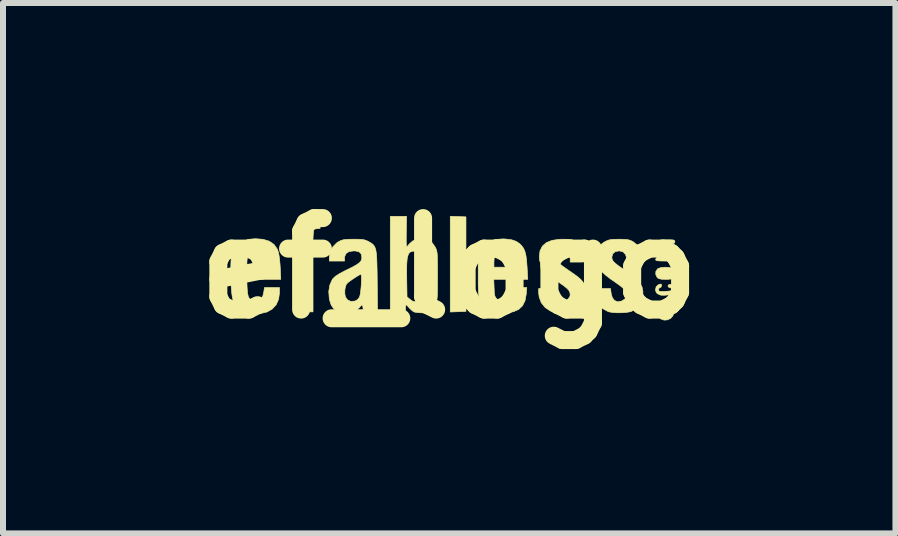
<source format=kicad_pcb>
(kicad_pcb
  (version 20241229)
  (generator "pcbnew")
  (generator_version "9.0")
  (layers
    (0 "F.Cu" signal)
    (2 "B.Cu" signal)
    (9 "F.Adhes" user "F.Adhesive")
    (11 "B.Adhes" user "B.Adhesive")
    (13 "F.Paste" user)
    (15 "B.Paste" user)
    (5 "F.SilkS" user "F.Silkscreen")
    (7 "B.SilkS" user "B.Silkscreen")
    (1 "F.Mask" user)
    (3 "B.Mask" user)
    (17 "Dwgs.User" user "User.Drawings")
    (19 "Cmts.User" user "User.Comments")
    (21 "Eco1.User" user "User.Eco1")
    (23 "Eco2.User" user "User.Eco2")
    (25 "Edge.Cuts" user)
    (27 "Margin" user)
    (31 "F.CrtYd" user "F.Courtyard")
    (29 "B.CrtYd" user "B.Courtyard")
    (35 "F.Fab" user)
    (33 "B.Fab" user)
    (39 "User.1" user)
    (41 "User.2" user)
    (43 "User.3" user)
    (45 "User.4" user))
  (footprint "ef_logo"
    (layer "F.Cu")
    (at 4.434 1.418)
    (property "Reference" "ef_logo" (at 0 0 0) (layer "F.SilkS") (effects (font (size 1.524 1.524) (thickness 0.3))))
    (attr exclude_from_pos_files exclude_from_bom)
    (fp_poly (pts (xy 0.148 -0.86) (xy 0.279 -0.855) (xy 0.279 0.72) (xy 0.148 0.725) (xy 0.017 0.73) (xy 0.017 -0.865) (xy 0.148 -0.86)) (stroke (width 0.01) (type solid)) (fill yes) (layer "F.SilkS"))
    (fp_poly (pts (xy 3.678 0.615) (xy 3.72 0.657) (xy 3.741 0.714) (xy 3.742 0.733) (xy 3.728 0.791) (xy 3.69 0.835) (xy 3.637 0.861) (xy 3.579 0.865) (xy 3.524 0.845) (xy 3.505 0.83) (xy 3.477 0.78) (xy 3.471 0.719) (xy 3.488 0.66) (xy 3.511 0.629) (xy 3.565 0.598) (xy 3.623 0.595) (xy 3.678 0.615)) (stroke (width 0.01) (type solid)) (fill yes) (layer "F.SilkS"))
    (fp_poly (pts (xy 3.653 -0.014) (xy 3.713 -0.001) (xy 3.716 -0.000419) (xy 3.745 0.017) (xy 3.757 0.046) (xy 3.759 0.081) (xy 3.755 0.131) (xy 3.737 0.163) (xy 3.7 0.18) (xy 3.639 0.186) (xy 3.606 0.186) (xy 3.539 0.184) (xy 3.496 0.175) (xy 3.469 0.159) (xy 3.465 0.155) (xy 3.441 0.107) (xy 3.442 0.056) (xy 3.469 0.014) (xy 3.475 0.009) (xy 3.52 -0.008) (xy 3.585 -0.016) (xy 3.653 -0.014)) (stroke (width 0.01) (type solid)) (fill yes) (layer "F.SilkS"))
    (fp_poly (pts (xy 3.533 0.266) (xy 3.539 0.288) (xy 3.528 0.316) (xy 3.514 0.322) (xy 3.493 0.336) (xy 3.488 0.356) (xy 3.491 0.375) (xy 3.504 0.384) (xy 3.535 0.388) (xy 3.592 0.386) (xy 3.603 0.386) (xy 3.666 0.381) (xy 3.702 0.374) (xy 3.716 0.361) (xy 3.717 0.356) (xy 3.702 0.334) (xy 3.678 0.325) (xy 3.648 0.311) (xy 3.645 0.291) (xy 3.663 0.271) (xy 3.697 0.271) (xy 3.735 0.289) (xy 3.738 0.292) (xy 3.755 0.324) (xy 3.758 0.37) (xy 3.745 0.41) (xy 3.736 0.422) (xy 3.703 0.435) (xy 3.65 0.445) (xy 3.59 0.451) (xy 3.536 0.45) (xy 3.514 0.446) (xy 3.463 0.422) (xy 3.44 0.382) (xy 3.437 0.356) (xy 3.448 0.308) (xy 3.483 0.277) (xy 3.509 0.266) (xy 3.533 0.266)) (stroke (width 0.01) (type solid)) (fill yes) (layer "F.SilkS"))
    (fp_poly (pts (xy -2.151 -0.663) (xy -2.206 -0.657) (xy -2.237 -0.653) (xy -2.254 -0.641) (xy -2.261 -0.614) (xy -2.265 -0.562) (xy -2.266 -0.555) (xy -2.271 -0.457) (xy -2.151 -0.457) (xy -2.151 -0.271) (xy -2.269 -0.271) (xy -2.269 0.728) (xy -2.393 0.728) (xy -2.455 0.727) (xy -2.503 0.723) (xy -2.528 0.718) (xy -2.529 0.717) (xy -2.532 0.698) (xy -2.534 0.649) (xy -2.536 0.575) (xy -2.538 0.48) (xy -2.539 0.369) (xy -2.54 0.246) (xy -2.54 0.217) (xy -2.54 -0.271) (xy -2.591 -0.271) (xy -2.62 -0.272) (xy -2.635 -0.283) (xy -2.641 -0.31) (xy -2.642 -0.363) (xy -2.642 -0.364) (xy -2.641 -0.417) (xy -2.635 -0.445) (xy -2.62 -0.456) (xy -2.593 -0.457) (xy -2.569 -0.458) (xy -2.554 -0.467) (xy -2.545 -0.49) (xy -2.539 -0.534) (xy -2.534 -0.587) (xy -2.519 -0.689) (xy -2.491 -0.763) (xy -2.446 -0.812) (xy -2.379 -0.843) (xy -2.286 -0.858) (xy -2.269 -0.86) (xy -2.151 -0.868) (xy -2.151 -0.663)) (stroke (width 0.01) (type solid)) (fill yes) (layer "F.SilkS"))
    (fp_poly (pts (xy -3.101 -0.481) (xy -2.997 -0.449) (xy -2.919 -0.395) (xy -2.865 -0.319) (xy -2.847 -0.271) (xy -2.837 -0.223) (xy -2.827 -0.153) (xy -2.819 -0.069) (xy -2.815 -0.006) (xy -2.806 0.186) (xy -3.373 0.186) (xy -3.367 0.328) (xy -3.36 0.419) (xy -3.345 0.48) (xy -3.319 0.518) (xy -3.278 0.537) (xy -3.224 0.542) (xy -3.167 0.534) (xy -3.128 0.507) (xy -3.103 0.456) (xy -3.089 0.394) (xy -3.078 0.322) (xy -2.828 0.322) (xy -2.828 0.411) (xy -2.843 0.52) (xy -2.884 0.611) (xy -2.95 0.682) (xy -3.037 0.73) (xy -3.144 0.755) (xy -3.267 0.754) (xy -3.33 0.744) (xy -3.437 0.711) (xy -3.519 0.655) (xy -3.58 0.575) (xy -3.601 0.533) (xy -3.613 0.487) (xy -3.623 0.415) (xy -3.631 0.324) (xy -3.637 0.22) (xy -3.64 0.112) (xy -3.64 0.007) (xy -3.637 -0.089) (xy -3.636 -0.108) (xy -3.37 -0.108) (xy -3.37 -0.017) (xy -3.082 -0.017) (xy -3.082 -0.108) (xy -3.091 -0.192) (xy -3.118 -0.248) (xy -3.166 -0.28) (xy -3.226 -0.288) (xy -3.293 -0.277) (xy -3.338 -0.242) (xy -3.363 -0.182) (xy -3.37 -0.108) (xy -3.636 -0.108) (xy -3.631 -0.168) (xy -3.625 -0.206) (xy -3.588 -0.31) (xy -3.527 -0.391) (xy -3.441 -0.449) (xy -3.334 -0.482) (xy -3.23 -0.491) (xy -3.101 -0.481)) (stroke (width 0.01) (type solid)) (fill yes) (layer "F.SilkS"))
    (fp_poly (pts (xy 3.696 -0.473) (xy 3.735 -0.47) (xy 3.753 -0.462) (xy 3.759 -0.447) (xy 3.759 -0.44) (xy 3.756 -0.423) (xy 3.743 -0.413) (xy 3.713 -0.408) (xy 3.659 -0.407) (xy 3.624 -0.406) (xy 3.557 -0.406) (xy 3.516 -0.403) (xy 3.496 -0.396) (xy 3.489 -0.382) (xy 3.488 -0.364) (xy 3.49 -0.343) (xy 3.499 -0.33) (xy 3.522 -0.324) (xy 3.567 -0.322) (xy 3.624 -0.322) (xy 3.691 -0.321) (xy 3.732 -0.318) (xy 3.752 -0.31) (xy 3.759 -0.297) (xy 3.759 -0.287) (xy 3.757 -0.269) (xy 3.745 -0.259) (xy 3.716 -0.255) (xy 3.664 -0.255) (xy 3.628 -0.256) (xy 3.562 -0.257) (xy 3.523 -0.255) (xy 3.504 -0.248) (xy 3.497 -0.234) (xy 3.497 -0.219) (xy 3.499 -0.198) (xy 3.509 -0.185) (xy 3.535 -0.179) (xy 3.583 -0.175) (xy 3.628 -0.173) (xy 3.697 -0.169) (xy 3.738 -0.162) (xy 3.757 -0.151) (xy 3.759 -0.143) (xy 3.753 -0.131) (xy 3.73 -0.124) (xy 3.686 -0.12) (xy 3.614 -0.119) (xy 3.598 -0.119) (xy 3.521 -0.12) (xy 3.472 -0.123) (xy 3.446 -0.13) (xy 3.438 -0.141) (xy 3.437 -0.143) (xy 3.449 -0.168) (xy 3.457 -0.173) (xy 3.466 -0.187) (xy 3.453 -0.217) (xy 3.438 -0.251) (xy 3.447 -0.283) (xy 3.452 -0.29) (xy 3.465 -0.325) (xy 3.456 -0.344) (xy 3.439 -0.381) (xy 3.444 -0.424) (xy 3.468 -0.455) (xy 3.47 -0.457) (xy 3.503 -0.465) (xy 3.558 -0.471) (xy 3.624 -0.474) (xy 3.631 -0.474) (xy 3.696 -0.473)) (stroke (width 0.01) (type solid)) (fill yes) (layer "F.SilkS"))
    (fp_poly (pts (xy 0.942 -0.486) (xy 1.041 -0.473) (xy 1.116 -0.447) (xy 1.176 -0.406) (xy 1.208 -0.373) (xy 1.239 -0.33) (xy 1.261 -0.279) (xy 1.277 -0.216) (xy 1.289 -0.132) (xy 1.297 -0.021) (xy 1.298 -0.004) (xy 1.309 0.186) (xy 0.742 0.186) (xy 0.748 0.332) (xy 0.751 0.403) (xy 0.757 0.45) (xy 0.768 0.481) (xy 0.785 0.503) (xy 0.801 0.518) (xy 0.86 0.551) (xy 0.918 0.554) (xy 0.968 0.528) (xy 1.007 0.477) (xy 1.028 0.404) (xy 1.028 0.402) (xy 1.037 0.322) (xy 1.292 0.322) (xy 1.283 0.432) (xy 1.263 0.542) (xy 1.221 0.626) (xy 1.157 0.687) (xy 1.068 0.726) (xy 0.954 0.742) (xy 0.906 0.743) (xy 0.835 0.741) (xy 0.772 0.736) (xy 0.729 0.729) (xy 0.725 0.728) (xy 0.638 0.685) (xy 0.567 0.612) (xy 0.527 0.543) (xy 0.512 0.51) (xy 0.501 0.479) (xy 0.493 0.445) (xy 0.487 0.403) (xy 0.485 0.346) (xy 0.483 0.269) (xy 0.483 0.167) (xy 0.483 0.119) (xy 0.483 0.004) (xy 0.484 -0.082) (xy 0.484 -0.103) (xy 0.745 -0.103) (xy 0.745 -0.017) (xy 1.033 -0.017) (xy 1.033 -0.119) (xy 1.026 -0.198) (xy 1.004 -0.25) (xy 0.963 -0.278) (xy 0.899 -0.288) (xy 0.893 -0.288) (xy 0.844 -0.285) (xy 0.809 -0.278) (xy 0.803 -0.275) (xy 0.769 -0.233) (xy 0.749 -0.165) (xy 0.745 -0.103) (xy 0.484 -0.103) (xy 0.486 -0.145) (xy 0.49 -0.192) (xy 0.497 -0.227) (xy 0.506 -0.256) (xy 0.52 -0.286) (xy 0.525 -0.296) (xy 0.584 -0.382) (xy 0.664 -0.443) (xy 0.766 -0.478) (xy 0.89 -0.488) (xy 0.942 -0.486)) (stroke (width 0.01) (type solid)) (fill yes) (layer "F.SilkS"))
    (fp_poly (pts (xy 1.973 -0.481) (xy 2.041 -0.474) (xy 2.093 -0.459) (xy 2.137 -0.435) (xy 2.175 -0.405) (xy 2.222 -0.347) (xy 2.26 -0.269) (xy 2.282 -0.185) (xy 2.286 -0.141) (xy 2.284 -0.121) (xy 2.274 -0.11) (xy 2.249 -0.104) (xy 2.201 -0.102) (xy 2.151 -0.102) (xy 2.015 -0.102) (xy 2.015 -0.161) (xy 2.002 -0.225) (xy 1.962 -0.268) (xy 1.9 -0.287) (xy 1.882 -0.288) (xy 1.819 -0.275) (xy 1.777 -0.242) (xy 1.761 -0.196) (xy 1.773 -0.143) (xy 1.808 -0.099) (xy 1.842 -0.071) (xy 1.895 -0.03) (xy 1.96 0.016) (xy 1.998 0.042) (xy 2.083 0.101) (xy 2.144 0.146) (xy 2.187 0.183) (xy 2.218 0.217) (xy 2.242 0.252) (xy 2.254 0.274) (xy 2.28 0.357) (xy 2.282 0.449) (xy 2.264 0.541) (xy 2.226 0.622) (xy 2.188 0.666) (xy 2.127 0.703) (xy 2.043 0.729) (xy 1.947 0.743) (xy 1.847 0.746) (xy 1.755 0.735) (xy 1.685 0.713) (xy 1.598 0.655) (xy 1.534 0.576) (xy 1.498 0.479) (xy 1.49 0.407) (xy 1.49 0.339) (xy 1.761 0.339) (xy 1.761 0.415) (xy 1.773 0.487) (xy 1.806 0.535) (xy 1.858 0.558) (xy 1.877 0.559) (xy 1.932 0.546) (xy 1.979 0.515) (xy 2.01 0.473) (xy 2.015 0.446) (xy 2.011 0.408) (xy 1.996 0.374) (xy 1.965 0.339) (xy 1.914 0.297) (xy 1.839 0.244) (xy 1.829 0.237) (xy 1.714 0.155) (xy 1.628 0.082) (xy 1.567 0.014) (xy 1.527 -0.055) (xy 1.507 -0.128) (xy 1.501 -0.195) (xy 1.513 -0.291) (xy 1.553 -0.369) (xy 1.62 -0.427) (xy 1.714 -0.464) (xy 1.834 -0.481) (xy 1.88 -0.483) (xy 1.973 -0.481)) (stroke (width 0.01) (type solid)) (fill yes) (layer "F.SilkS"))
    (fp_poly (pts (xy 2.908 -0.481) (xy 2.965 -0.477) (xy 3.008 -0.467) (xy 3.047 -0.45) (xy 3.065 -0.44) (xy 3.138 -0.381) (xy 3.19 -0.301) (xy 3.215 -0.208) (xy 3.217 -0.174) (xy 3.217 -0.102) (xy 2.968 -0.102) (xy 2.958 -0.163) (xy 2.936 -0.232) (xy 2.895 -0.273) (xy 2.834 -0.288) (xy 2.828 -0.288) (xy 2.765 -0.275) (xy 2.724 -0.239) (xy 2.709 -0.184) (xy 2.709 -0.183) (xy 2.714 -0.151) (xy 2.729 -0.121) (xy 2.76 -0.087) (xy 2.811 -0.046) (xy 2.885 0.006) (xy 2.921 0.031) (xy 3.034 0.111) (xy 3.119 0.183) (xy 3.178 0.25) (xy 3.213 0.316) (xy 3.227 0.387) (xy 3.223 0.465) (xy 3.217 0.503) (xy 3.182 0.596) (xy 3.122 0.669) (xy 3.041 0.717) (xy 3.019 0.725) (xy 2.958 0.736) (xy 2.878 0.742) (xy 2.793 0.743) (xy 2.714 0.737) (xy 2.655 0.726) (xy 2.65 0.724) (xy 2.56 0.676) (xy 2.493 0.604) (xy 2.451 0.513) (xy 2.438 0.418) (xy 2.438 0.339) (xy 2.688 0.339) (xy 2.697 0.418) (xy 2.716 0.488) (xy 2.752 0.537) (xy 2.801 0.558) (xy 2.812 0.559) (xy 2.873 0.547) (xy 2.922 0.517) (xy 2.946 0.484) (xy 2.956 0.437) (xy 2.945 0.393) (xy 2.912 0.347) (xy 2.853 0.296) (xy 2.781 0.244) (xy 2.681 0.175) (xy 2.607 0.117) (xy 2.552 0.067) (xy 2.512 0.019) (xy 2.483 -0.032) (xy 2.472 -0.054) (xy 2.447 -0.131) (xy 2.441 -0.203) (xy 2.443 -0.225) (xy 2.462 -0.308) (xy 2.504 -0.374) (xy 2.574 -0.43) (xy 2.592 -0.44) (xy 2.633 -0.461) (xy 2.673 -0.473) (xy 2.722 -0.48) (xy 2.791 -0.482) (xy 2.828 -0.483) (xy 2.908 -0.481)) (stroke (width 0.01) (type solid)) (fill yes) (layer "F.SilkS"))
    (fp_poly (pts (xy -0.715 -0.61) (xy -0.716 -0.521) (xy -0.716 -0.446) (xy -0.714 -0.39) (xy -0.712 -0.36) (xy -0.71 -0.356) (xy -0.695 -0.368) (xy -0.669 -0.398) (xy -0.664 -0.405) (xy -0.608 -0.454) (xy -0.531 -0.483) (xy -0.441 -0.488) (xy -0.43 -0.487) (xy -0.347 -0.466) (xy -0.284 -0.424) (xy -0.234 -0.353) (xy -0.233 -0.351) (xy -0.221 -0.327) (xy -0.212 -0.303) (xy -0.205 -0.274) (xy -0.2 -0.235) (xy -0.197 -0.181) (xy -0.196 -0.109) (xy -0.195 -0.012) (xy -0.195 0.113) (xy -0.195 0.127) (xy -0.195 0.255) (xy -0.196 0.355) (xy -0.197 0.429) (xy -0.2 0.484) (xy -0.205 0.525) (xy -0.211 0.555) (xy -0.22 0.579) (xy -0.232 0.603) (xy -0.232 0.604) (xy -0.28 0.677) (xy -0.333 0.721) (xy -0.4 0.741) (xy -0.455 0.744) (xy -0.515 0.741) (xy -0.565 0.734) (xy -0.586 0.729) (xy -0.619 0.707) (xy -0.658 0.67) (xy -0.665 0.662) (xy -0.695 0.629) (xy -0.715 0.611) (xy -0.719 0.61) (xy -0.725 0.625) (xy -0.728 0.661) (xy -0.728 0.669) (xy -0.728 0.728) (xy -0.982 0.728) (xy -0.982 0.029) (xy -0.709 0.029) (xy -0.708 0.162) (xy -0.708 0.164) (xy -0.703 0.477) (xy -0.655 0.518) (xy -0.609 0.55) (xy -0.569 0.557) (xy -0.534 0.548) (xy -0.509 0.534) (xy -0.489 0.509) (xy -0.475 0.47) (xy -0.465 0.413) (xy -0.459 0.334) (xy -0.456 0.229) (xy -0.456 0.118) (xy -0.457 -0.001) (xy -0.46 -0.099) (xy -0.464 -0.175) (xy -0.47 -0.223) (xy -0.474 -0.237) (xy -0.51 -0.27) (xy -0.564 -0.285) (xy -0.619 -0.281) (xy -0.65 -0.268) (xy -0.673 -0.245) (xy -0.689 -0.208) (xy -0.701 -0.152) (xy -0.707 -0.075) (xy -0.709 0.029) (xy -0.982 0.029) (xy -0.982 -0.864) (xy -0.71 -0.864) (xy -0.715 -0.61)) (stroke (width 0.01) (type solid)) (fill yes) (layer "F.SilkS"))
    (fp_poly (pts (xy -1.508 -0.482) (xy -1.449 -0.478) (xy -1.406 -0.47) (xy -1.369 -0.456) (xy -1.338 -0.44) (xy -1.303 -0.42) (xy -1.274 -0.399) (xy -1.252 -0.374) (xy -1.235 -0.342) (xy -1.222 -0.298) (xy -1.213 -0.239) (xy -1.207 -0.16) (xy -1.204 -0.06) (xy -1.201 0.068) (xy -1.199 0.225) (xy -1.199 0.225) (xy -1.194 0.729) (xy -1.312 0.725) (xy -1.431 0.72) (xy -1.436 0.665) (xy -1.443 0.623) (xy -1.455 0.613) (xy -1.478 0.633) (xy -1.493 0.652) (xy -1.553 0.706) (xy -1.63 0.736) (xy -1.722 0.745) (xy -1.81 0.737) (xy -1.874 0.712) (xy -1.929 0.669) (xy -1.966 0.615) (xy -1.991 0.539) (xy -1.999 0.501) (xy -2.004 0.428) (xy -1.739 0.428) (xy -1.729 0.479) (xy -1.694 0.528) (xy -1.641 0.553) (xy -1.578 0.549) (xy -1.551 0.54) (xy -1.513 0.509) (xy -1.493 0.476) (xy -1.483 0.438) (xy -1.475 0.382) (xy -1.468 0.315) (xy -1.464 0.246) (xy -1.462 0.182) (xy -1.463 0.132) (xy -1.468 0.105) (xy -1.471 0.102) (xy -1.494 0.111) (xy -1.536 0.135) (xy -1.587 0.168) (xy -1.638 0.203) (xy -1.682 0.236) (xy -1.708 0.26) (xy -1.709 0.261) (xy -1.728 0.303) (xy -1.739 0.363) (xy -1.739 0.428) (xy -2.004 0.428) (xy -2.007 0.389) (xy -1.99 0.283) (xy -1.95 0.192) (xy -1.937 0.174) (xy -1.898 0.136) (xy -1.833 0.094) (xy -1.74 0.044) (xy -1.713 0.031) (xy -1.616 -0.017) (xy -1.547 -0.055) (xy -1.5 -0.088) (xy -1.472 -0.118) (xy -1.459 -0.15) (xy -1.456 -0.18) (xy -1.466 -0.236) (xy -1.498 -0.27) (xy -1.555 -0.286) (xy -1.593 -0.288) (xy -1.669 -0.277) (xy -1.719 -0.245) (xy -1.742 -0.193) (xy -1.744 -0.169) (xy -1.744 -0.119) (xy -1.998 -0.119) (xy -1.998 -0.183) (xy -1.982 -0.273) (xy -1.939 -0.356) (xy -1.874 -0.422) (xy -1.846 -0.44) (xy -1.807 -0.46) (xy -1.769 -0.472) (xy -1.724 -0.479) (xy -1.661 -0.482) (xy -1.592 -0.483) (xy -1.508 -0.482)) (stroke (width 0.01) (type solid)) (fill yes) (layer "F.SilkS")))
  (gr_rect
    (start -3 -3)
    (end 11.868 5.836)
    (stroke (width 0.1) (type default))
    (fill no)
    (layer "Edge.Cuts")))
</source>
